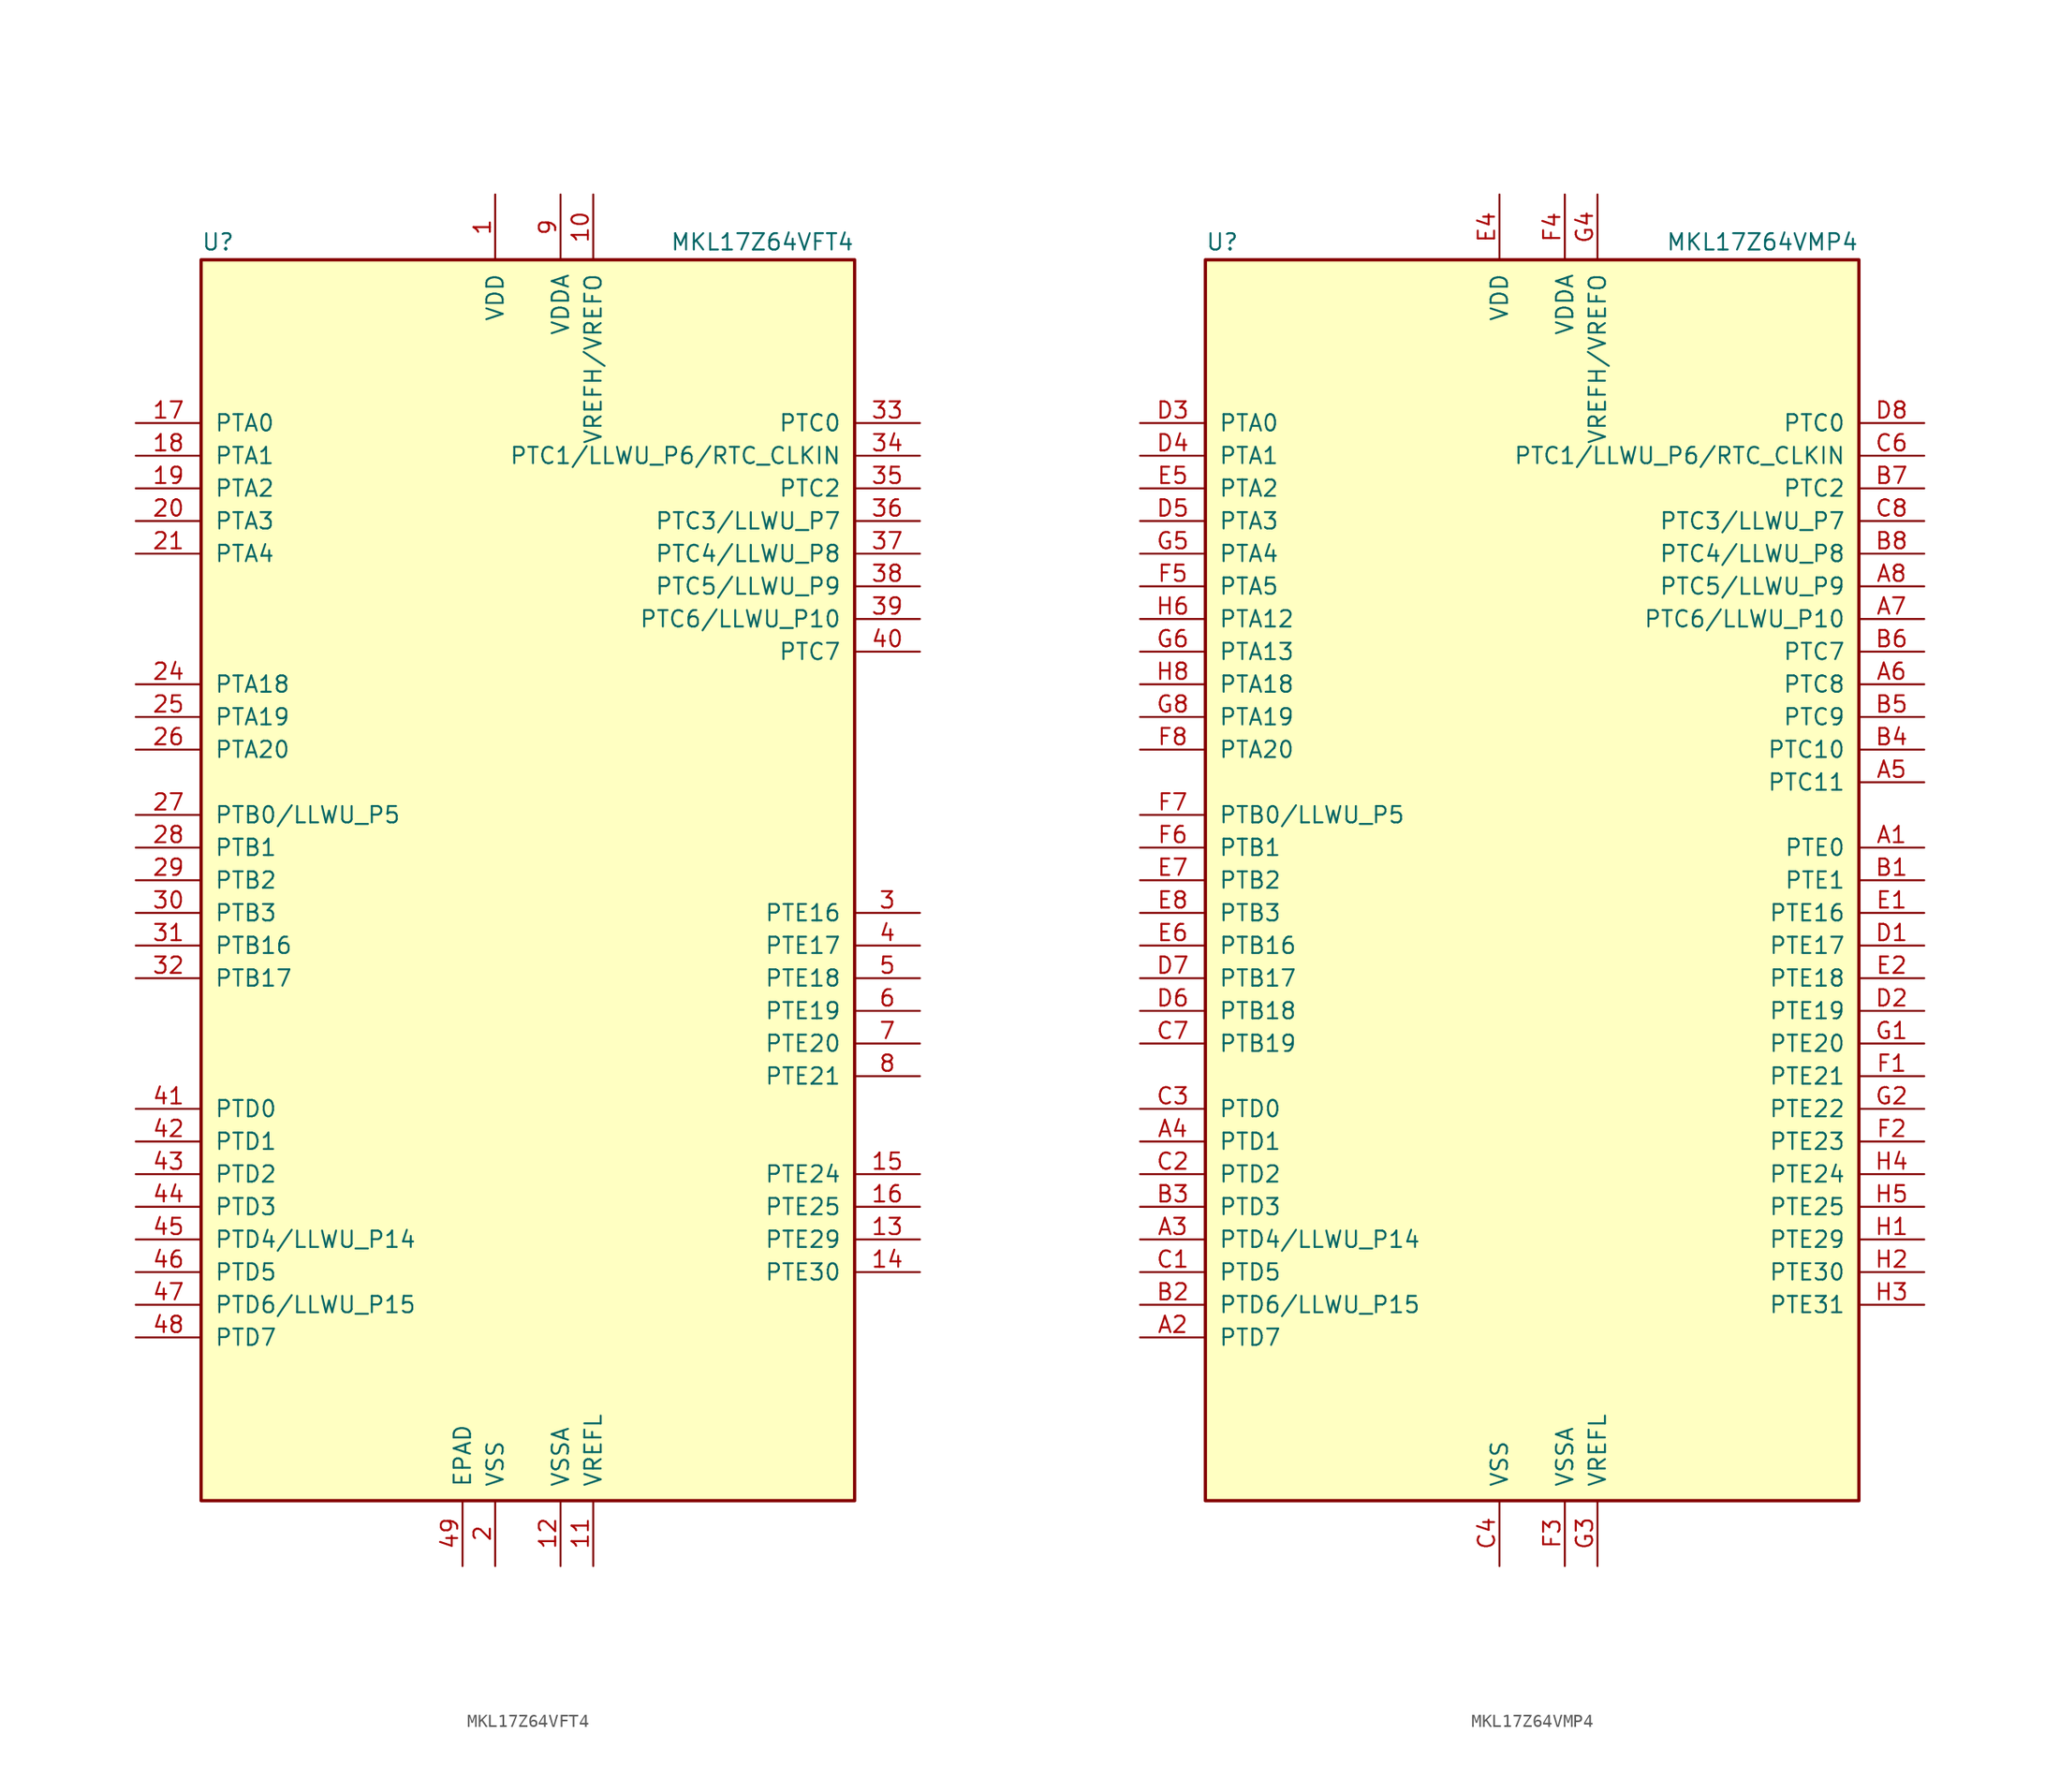
<source format=kicad_sym>
(kicad_symbol_lib
  (version 20231120)
  (generator "kicad_symbol_editor")
  (generator_version "8.0")
  (symbol "MKL17Z64VFT4"
    (pin_names
      (offset 1.016))
    (property "Reference" "U"
      (at -25.4 48.895 0)
      (effects (font (size 1.27 1.27)) (justify left bottom)))
    (property "Value" "MKL17Z64VFT4"
      (at 25.4 48.895 0)
      (effects (font (size 1.27 1.27)) (justify right bottom)))
    (symbol "MKL17Z64VFT4_0_1"
      (rectangle (start -25.4 48.26) (end 25.4 -48.26) (stroke (width 0.254) (type default)) (fill (type background))))
    (symbol "MKL17Z64VFT4_1_1"
      (pin power_in line (at -2.54 53.34 270) (length 5.08) (name "VDD" (effects (font (size 1.27 1.27)))) (number "1" (effects (font (size 1.27 1.27)))))
      (pin power_in line (at 5.08 53.34 270) (length 5.08) (name "VREFH/VREFO" (effects (font (size 1.27 1.27)))) (number "10" (effects (font (size 1.27 1.27)))))
      (pin power_in line (at 5.08 -53.34 90) (length 5.08) (name "VREFL" (effects (font (size 1.27 1.27)))) (number "11" (effects (font (size 1.27 1.27)))))
      (pin power_in line (at 2.54 -53.34 90) (length 5.08) (name "VSSA" (effects (font (size 1.27 1.27)))) (number "12" (effects (font (size 1.27 1.27)))))
      (pin bidirectional line (at 30.48 -27.94 180) (length 5.08) (name "PTE29" (effects (font (size 1.27 1.27)))) (number "13" (effects (font (size 1.27 1.27)))))
      (pin bidirectional line (at 30.48 -30.48 180) (length 5.08) (name "PTE30" (effects (font (size 1.27 1.27)))) (number "14" (effects (font (size 1.27 1.27)))))
      (pin bidirectional line (at 30.48 -22.86 180) (length 5.08) (name "PTE24" (effects (font (size 1.27 1.27)))) (number "15" (effects (font (size 1.27 1.27)))))
      (pin bidirectional line (at 30.48 -25.4 180) (length 5.08) (name "PTE25" (effects (font (size 1.27 1.27)))) (number "16" (effects (font (size 1.27 1.27)))))
      (pin bidirectional line (at -30.48 35.56 0) (length 5.08) (name "PTA0" (effects (font (size 1.27 1.27)))) (number "17" (effects (font (size 1.27 1.27)))))
      (pin bidirectional line (at -30.48 33.02 0) (length 5.08) (name "PTA1" (effects (font (size 1.27 1.27)))) (number "18" (effects (font (size 1.27 1.27)))))
      (pin bidirectional line (at -30.48 30.48 0) (length 5.08) (name "PTA2" (effects (font (size 1.27 1.27)))) (number "19" (effects (font (size 1.27 1.27)))))
      (pin power_in line (at -2.54 -53.34 90) (length 5.08) (name "VSS" (effects (font (size 1.27 1.27)))) (number "2" (effects (font (size 1.27 1.27)))))
      (pin bidirectional line (at -30.48 27.94 0) (length 5.08) (name "PTA3" (effects (font (size 1.27 1.27)))) (number "20" (effects (font (size 1.27 1.27)))))
      (pin bidirectional line (at -30.48 25.4 0) (length 5.08) (name "PTA4" (effects (font (size 1.27 1.27)))) (number "21" (effects (font (size 1.27 1.27)))))
      (pin passive line (at -2.54 53.34 270) (length 5.08) hide (name "VDD" (effects (font (size 1.27 1.27)))) (number "22" (effects (font (size 1.27 1.27)))))
      (pin passive line (at -2.54 -53.34 90) (length 5.08) hide (name "VSS" (effects (font (size 1.27 1.27)))) (number "23" (effects (font (size 1.27 1.27)))))
      (pin bidirectional line (at -30.48 15.24 0) (length 5.08) (name "PTA18" (effects (font (size 1.27 1.27)))) (number "24" (effects (font (size 1.27 1.27)))))
      (pin bidirectional line (at -30.48 12.7 0) (length 5.08) (name "PTA19" (effects (font (size 1.27 1.27)))) (number "25" (effects (font (size 1.27 1.27)))))
      (pin bidirectional line (at -30.48 10.16 0) (length 5.08) (name "PTA20" (effects (font (size 1.27 1.27)))) (number "26" (effects (font (size 1.27 1.27)))))
      (pin bidirectional line (at -30.48 5.08 0) (length 5.08) (name "PTB0/LLWU_P5" (effects (font (size 1.27 1.27)))) (number "27" (effects (font (size 1.27 1.27)))))
      (pin bidirectional line (at -30.48 2.54 0) (length 5.08) (name "PTB1" (effects (font (size 1.27 1.27)))) (number "28" (effects (font (size 1.27 1.27)))))
      (pin bidirectional line (at -30.48 0 0) (length 5.08) (name "PTB2" (effects (font (size 1.27 1.27)))) (number "29" (effects (font (size 1.27 1.27)))))
      (pin bidirectional line (at 30.48 -2.54 180) (length 5.08) (name "PTE16" (effects (font (size 1.27 1.27)))) (number "3" (effects (font (size 1.27 1.27)))))
      (pin bidirectional line (at -30.48 -2.54 0) (length 5.08) (name "PTB3" (effects (font (size 1.27 1.27)))) (number "30" (effects (font (size 1.27 1.27)))))
      (pin bidirectional line (at -30.48 -5.08 0) (length 5.08) (name "PTB16" (effects (font (size 1.27 1.27)))) (number "31" (effects (font (size 1.27 1.27)))))
      (pin bidirectional line (at -30.48 -7.62 0) (length 5.08) (name "PTB17" (effects (font (size 1.27 1.27)))) (number "32" (effects (font (size 1.27 1.27)))))
      (pin bidirectional line (at 30.48 35.56 180) (length 5.08) (name "PTC0" (effects (font (size 1.27 1.27)))) (number "33" (effects (font (size 1.27 1.27)))))
      (pin bidirectional line (at 30.48 33.02 180) (length 5.08) (name "PTC1/LLWU_P6/RTC_CLKIN" (effects (font (size 1.27 1.27)))) (number "34" (effects (font (size 1.27 1.27)))))
      (pin bidirectional line (at 30.48 30.48 180) (length 5.08) (name "PTC2" (effects (font (size 1.27 1.27)))) (number "35" (effects (font (size 1.27 1.27)))))
      (pin bidirectional line (at 30.48 27.94 180) (length 5.08) (name "PTC3/LLWU_P7" (effects (font (size 1.27 1.27)))) (number "36" (effects (font (size 1.27 1.27)))))
      (pin bidirectional line (at 30.48 25.4 180) (length 5.08) (name "PTC4/LLWU_P8" (effects (font (size 1.27 1.27)))) (number "37" (effects (font (size 1.27 1.27)))))
      (pin bidirectional line (at 30.48 22.86 180) (length 5.08) (name "PTC5/LLWU_P9" (effects (font (size 1.27 1.27)))) (number "38" (effects (font (size 1.27 1.27)))))
      (pin bidirectional line (at 30.48 20.32 180) (length 5.08) (name "PTC6/LLWU_P10" (effects (font (size 1.27 1.27)))) (number "39" (effects (font (size 1.27 1.27)))))
      (pin bidirectional line (at 30.48 -5.08 180) (length 5.08) (name "PTE17" (effects (font (size 1.27 1.27)))) (number "4" (effects (font (size 1.27 1.27)))))
      (pin bidirectional line (at 30.48 17.78 180) (length 5.08) (name "PTC7" (effects (font (size 1.27 1.27)))) (number "40" (effects (font (size 1.27 1.27)))))
      (pin bidirectional line (at -30.48 -17.78 0) (length 5.08) (name "PTD0" (effects (font (size 1.27 1.27)))) (number "41" (effects (font (size 1.27 1.27)))))
      (pin bidirectional line (at -30.48 -20.32 0) (length 5.08) (name "PTD1" (effects (font (size 1.27 1.27)))) (number "42" (effects (font (size 1.27 1.27)))))
      (pin bidirectional line (at -30.48 -22.86 0) (length 5.08) (name "PTD2" (effects (font (size 1.27 1.27)))) (number "43" (effects (font (size 1.27 1.27)))))
      (pin bidirectional line (at -30.48 -25.4 0) (length 5.08) (name "PTD3" (effects (font (size 1.27 1.27)))) (number "44" (effects (font (size 1.27 1.27)))))
      (pin bidirectional line (at -30.48 -27.94 0) (length 5.08) (name "PTD4/LLWU_P14" (effects (font (size 1.27 1.27)))) (number "45" (effects (font (size 1.27 1.27)))))
      (pin bidirectional line (at -30.48 -30.48 0) (length 5.08) (name "PTD5" (effects (font (size 1.27 1.27)))) (number "46" (effects (font (size 1.27 1.27)))))
      (pin bidirectional line (at -30.48 -33.02 0) (length 5.08) (name "PTD6/LLWU_P15" (effects (font (size 1.27 1.27)))) (number "47" (effects (font (size 1.27 1.27)))))
      (pin bidirectional line (at -30.48 -35.56 0) (length 5.08) (name "PTD7" (effects (font (size 1.27 1.27)))) (number "48" (effects (font (size 1.27 1.27)))))
      (pin power_in line (at -5.08 -53.34 90) (length 5.08) (name "EPAD" (effects (font (size 1.27 1.27)))) (number "49" (effects (font (size 1.27 1.27)))))
      (pin bidirectional line (at 30.48 -7.62 180) (length 5.08) (name "PTE18" (effects (font (size 1.27 1.27)))) (number "5" (effects (font (size 1.27 1.27)))))
      (pin bidirectional line (at 30.48 -10.16 180) (length 5.08) (name "PTE19" (effects (font (size 1.27 1.27)))) (number "6" (effects (font (size 1.27 1.27)))))
      (pin bidirectional line (at 30.48 -12.7 180) (length 5.08) (name "PTE20" (effects (font (size 1.27 1.27)))) (number "7" (effects (font (size 1.27 1.27)))))
      (pin bidirectional line (at 30.48 -15.24 180) (length 5.08) (name "PTE21" (effects (font (size 1.27 1.27)))) (number "8" (effects (font (size 1.27 1.27)))))
      (pin power_in line (at 2.54 53.34 270) (length 5.08) (name "VDDA" (effects (font (size 1.27 1.27)))) (number "9" (effects (font (size 1.27 1.27)))))))
  (symbol "MKL17Z64VMP4"
    (pin_names
      (offset 1.016))
    (property "Reference" "U"
      (at -25.4 48.895 0)
      (effects (font (size 1.27 1.27)) (justify left bottom)))
    (property "Value" "MKL17Z64VMP4"
      (at 25.4 48.895 0)
      (effects (font (size 1.27 1.27)) (justify right bottom)))
    (symbol "MKL17Z64VMP4_0_1"
      (rectangle (start -25.4 48.26) (end 25.4 -48.26) (stroke (width 0.254) (type default)) (fill (type background))))
    (symbol "MKL17Z64VMP4_1_1"
      (pin bidirectional line (at 30.48 2.54 180) (length 5.08) (name "PTE0" (effects (font (size 1.27 1.27)))) (number "A1" (effects (font (size 1.27 1.27)))))
      (pin bidirectional line (at -30.48 -35.56 0) (length 5.08) (name "PTD7" (effects (font (size 1.27 1.27)))) (number "A2" (effects (font (size 1.27 1.27)))))
      (pin bidirectional line (at -30.48 -27.94 0) (length 5.08) (name "PTD4/LLWU_P14" (effects (font (size 1.27 1.27)))) (number "A3" (effects (font (size 1.27 1.27)))))
      (pin bidirectional line (at -30.48 -20.32 0) (length 5.08) (name "PTD1" (effects (font (size 1.27 1.27)))) (number "A4" (effects (font (size 1.27 1.27)))))
      (pin bidirectional line (at 30.48 7.62 180) (length 5.08) (name "PTC11" (effects (font (size 1.27 1.27)))) (number "A5" (effects (font (size 1.27 1.27)))))
      (pin bidirectional line (at 30.48 15.24 180) (length 5.08) (name "PTC8" (effects (font (size 1.27 1.27)))) (number "A6" (effects (font (size 1.27 1.27)))))
      (pin bidirectional line (at 30.48 20.32 180) (length 5.08) (name "PTC6/LLWU_P10" (effects (font (size 1.27 1.27)))) (number "A7" (effects (font (size 1.27 1.27)))))
      (pin bidirectional line (at 30.48 22.86 180) (length 5.08) (name "PTC5/LLWU_P9" (effects (font (size 1.27 1.27)))) (number "A8" (effects (font (size 1.27 1.27)))))
      (pin bidirectional line (at 30.48 0 180) (length 5.08) (name "PTE1" (effects (font (size 1.27 1.27)))) (number "B1" (effects (font (size 1.27 1.27)))))
      (pin bidirectional line (at -30.48 -33.02 0) (length 5.08) (name "PTD6/LLWU_P15" (effects (font (size 1.27 1.27)))) (number "B2" (effects (font (size 1.27 1.27)))))
      (pin bidirectional line (at -30.48 -25.4 0) (length 5.08) (name "PTD3" (effects (font (size 1.27 1.27)))) (number "B3" (effects (font (size 1.27 1.27)))))
      (pin bidirectional line (at 30.48 10.16 180) (length 5.08) (name "PTC10" (effects (font (size 1.27 1.27)))) (number "B4" (effects (font (size 1.27 1.27)))))
      (pin bidirectional line (at 30.48 12.7 180) (length 5.08) (name "PTC9" (effects (font (size 1.27 1.27)))) (number "B5" (effects (font (size 1.27 1.27)))))
      (pin bidirectional line (at 30.48 17.78 180) (length 5.08) (name "PTC7" (effects (font (size 1.27 1.27)))) (number "B6" (effects (font (size 1.27 1.27)))))
      (pin bidirectional line (at 30.48 30.48 180) (length 5.08) (name "PTC2" (effects (font (size 1.27 1.27)))) (number "B7" (effects (font (size 1.27 1.27)))))
      (pin bidirectional line (at 30.48 25.4 180) (length 5.08) (name "PTC4/LLWU_P8" (effects (font (size 1.27 1.27)))) (number "B8" (effects (font (size 1.27 1.27)))))
      (pin bidirectional line (at -30.48 -30.48 0) (length 5.08) (name "PTD5" (effects (font (size 1.27 1.27)))) (number "C1" (effects (font (size 1.27 1.27)))))
      (pin bidirectional line (at -30.48 -22.86 0) (length 5.08) (name "PTD2" (effects (font (size 1.27 1.27)))) (number "C2" (effects (font (size 1.27 1.27)))))
      (pin bidirectional line (at -30.48 -17.78 0) (length 5.08) (name "PTD0" (effects (font (size 1.27 1.27)))) (number "C3" (effects (font (size 1.27 1.27)))))
      (pin power_in line (at -2.54 -53.34 90) (length 5.08) (name "VSS" (effects (font (size 1.27 1.27)))) (number "C4" (effects (font (size 1.27 1.27)))))
      (pin no_connect line (at -15.24 -48.26 90) (length 5.08) hide (name "NC" (effects (font (size 1.27 1.27)))) (number "C5" (effects (font (size 1.27 1.27)))))
      (pin bidirectional line (at 30.48 33.02 180) (length 5.08) (name "PTC1/LLWU_P6/RTC_CLKIN" (effects (font (size 1.27 1.27)))) (number "C6" (effects (font (size 1.27 1.27)))))
      (pin bidirectional line (at -30.48 -12.7 0) (length 5.08) (name "PTB19" (effects (font (size 1.27 1.27)))) (number "C7" (effects (font (size 1.27 1.27)))))
      (pin bidirectional line (at 30.48 27.94 180) (length 5.08) (name "PTC3/LLWU_P7" (effects (font (size 1.27 1.27)))) (number "C8" (effects (font (size 1.27 1.27)))))
      (pin bidirectional line (at 30.48 -5.08 180) (length 5.08) (name "PTE17" (effects (font (size 1.27 1.27)))) (number "D1" (effects (font (size 1.27 1.27)))))
      (pin bidirectional line (at 30.48 -10.16 180) (length 5.08) (name "PTE19" (effects (font (size 1.27 1.27)))) (number "D2" (effects (font (size 1.27 1.27)))))
      (pin bidirectional line (at -30.48 35.56 0) (length 5.08) (name "PTA0" (effects (font (size 1.27 1.27)))) (number "D3" (effects (font (size 1.27 1.27)))))
      (pin bidirectional line (at -30.48 33.02 0) (length 5.08) (name "PTA1" (effects (font (size 1.27 1.27)))) (number "D4" (effects (font (size 1.27 1.27)))))
      (pin bidirectional line (at -30.48 27.94 0) (length 5.08) (name "PTA3" (effects (font (size 1.27 1.27)))) (number "D5" (effects (font (size 1.27 1.27)))))
      (pin bidirectional line (at -30.48 -10.16 0) (length 5.08) (name "PTB18" (effects (font (size 1.27 1.27)))) (number "D6" (effects (font (size 1.27 1.27)))))
      (pin bidirectional line (at -30.48 -7.62 0) (length 5.08) (name "PTB17" (effects (font (size 1.27 1.27)))) (number "D7" (effects (font (size 1.27 1.27)))))
      (pin bidirectional line (at 30.48 35.56 180) (length 5.08) (name "PTC0" (effects (font (size 1.27 1.27)))) (number "D8" (effects (font (size 1.27 1.27)))))
      (pin bidirectional line (at 30.48 -2.54 180) (length 5.08) (name "PTE16" (effects (font (size 1.27 1.27)))) (number "E1" (effects (font (size 1.27 1.27)))))
      (pin bidirectional line (at 30.48 -7.62 180) (length 5.08) (name "PTE18" (effects (font (size 1.27 1.27)))) (number "E2" (effects (font (size 1.27 1.27)))))
      (pin passive line (at -2.54 -53.34 90) (length 5.08) hide (name "VSS" (effects (font (size 1.27 1.27)))) (number "E3" (effects (font (size 1.27 1.27)))))
      (pin power_in line (at -2.54 53.34 270) (length 5.08) (name "VDD" (effects (font (size 1.27 1.27)))) (number "E4" (effects (font (size 1.27 1.27)))))
      (pin bidirectional line (at -30.48 30.48 0) (length 5.08) (name "PTA2" (effects (font (size 1.27 1.27)))) (number "E5" (effects (font (size 1.27 1.27)))))
      (pin bidirectional line (at -30.48 -5.08 0) (length 5.08) (name "PTB16" (effects (font (size 1.27 1.27)))) (number "E6" (effects (font (size 1.27 1.27)))))
      (pin bidirectional line (at -30.48 0 0) (length 5.08) (name "PTB2" (effects (font (size 1.27 1.27)))) (number "E7" (effects (font (size 1.27 1.27)))))
      (pin bidirectional line (at -30.48 -2.54 0) (length 5.08) (name "PTB3" (effects (font (size 1.27 1.27)))) (number "E8" (effects (font (size 1.27 1.27)))))
      (pin bidirectional line (at 30.48 -15.24 180) (length 5.08) (name "PTE21" (effects (font (size 1.27 1.27)))) (number "F1" (effects (font (size 1.27 1.27)))))
      (pin bidirectional line (at 30.48 -20.32 180) (length 5.08) (name "PTE23" (effects (font (size 1.27 1.27)))) (number "F2" (effects (font (size 1.27 1.27)))))
      (pin power_in line (at 2.54 -53.34 90) (length 5.08) (name "VSSA" (effects (font (size 1.27 1.27)))) (number "F3" (effects (font (size 1.27 1.27)))))
      (pin power_in line (at 2.54 53.34 270) (length 5.08) (name "VDDA" (effects (font (size 1.27 1.27)))) (number "F4" (effects (font (size 1.27 1.27)))))
      (pin bidirectional line (at -30.48 22.86 0) (length 5.08) (name "PTA5" (effects (font (size 1.27 1.27)))) (number "F5" (effects (font (size 1.27 1.27)))))
      (pin bidirectional line (at -30.48 2.54 0) (length 5.08) (name "PTB1" (effects (font (size 1.27 1.27)))) (number "F6" (effects (font (size 1.27 1.27)))))
      (pin bidirectional line (at -30.48 5.08 0) (length 5.08) (name "PTB0/LLWU_P5" (effects (font (size 1.27 1.27)))) (number "F7" (effects (font (size 1.27 1.27)))))
      (pin bidirectional line (at -30.48 10.16 0) (length 5.08) (name "PTA20" (effects (font (size 1.27 1.27)))) (number "F8" (effects (font (size 1.27 1.27)))))
      (pin bidirectional line (at 30.48 -12.7 180) (length 5.08) (name "PTE20" (effects (font (size 1.27 1.27)))) (number "G1" (effects (font (size 1.27 1.27)))))
      (pin bidirectional line (at 30.48 -17.78 180) (length 5.08) (name "PTE22" (effects (font (size 1.27 1.27)))) (number "G2" (effects (font (size 1.27 1.27)))))
      (pin power_in line (at 5.08 -53.34 90) (length 5.08) (name "VREFL" (effects (font (size 1.27 1.27)))) (number "G3" (effects (font (size 1.27 1.27)))))
      (pin power_in line (at 5.08 53.34 270) (length 5.08) (name "VREFH/VREFO" (effects (font (size 1.27 1.27)))) (number "G4" (effects (font (size 1.27 1.27)))))
      (pin bidirectional line (at -30.48 25.4 0) (length 5.08) (name "PTA4" (effects (font (size 1.27 1.27)))) (number "G5" (effects (font (size 1.27 1.27)))))
      (pin bidirectional line (at -30.48 17.78 0) (length 5.08) (name "PTA13" (effects (font (size 1.27 1.27)))) (number "G6" (effects (font (size 1.27 1.27)))))
      (pin passive line (at -2.54 53.34 270) (length 5.08) hide (name "VDD" (effects (font (size 1.27 1.27)))) (number "G7" (effects (font (size 1.27 1.27)))))
      (pin bidirectional line (at -30.48 12.7 0) (length 5.08) (name "PTA19" (effects (font (size 1.27 1.27)))) (number "G8" (effects (font (size 1.27 1.27)))))
      (pin bidirectional line (at 30.48 -27.94 180) (length 5.08) (name "PTE29" (effects (font (size 1.27 1.27)))) (number "H1" (effects (font (size 1.27 1.27)))))
      (pin bidirectional line (at 30.48 -30.48 180) (length 5.08) (name "PTE30" (effects (font (size 1.27 1.27)))) (number "H2" (effects (font (size 1.27 1.27)))))
      (pin bidirectional line (at 30.48 -33.02 180) (length 5.08) (name "PTE31" (effects (font (size 1.27 1.27)))) (number "H3" (effects (font (size 1.27 1.27)))))
      (pin bidirectional line (at 30.48 -22.86 180) (length 5.08) (name "PTE24" (effects (font (size 1.27 1.27)))) (number "H4" (effects (font (size 1.27 1.27)))))
      (pin bidirectional line (at 30.48 -25.4 180) (length 5.08) (name "PTE25" (effects (font (size 1.27 1.27)))) (number "H5" (effects (font (size 1.27 1.27)))))
      (pin bidirectional line (at -30.48 20.32 0) (length 5.08) (name "PTA12" (effects (font (size 1.27 1.27)))) (number "H6" (effects (font (size 1.27 1.27)))))
      (pin passive line (at -2.54 -53.34 90) (length 5.08) hide (name "VSS" (effects (font (size 1.27 1.27)))) (number "H7" (effects (font (size 1.27 1.27)))))
      (pin bidirectional line (at -30.48 15.24 0) (length 5.08) (name "PTA18" (effects (font (size 1.27 1.27)))) (number "H8" (effects (font (size 1.27 1.27))))))))
</source>
